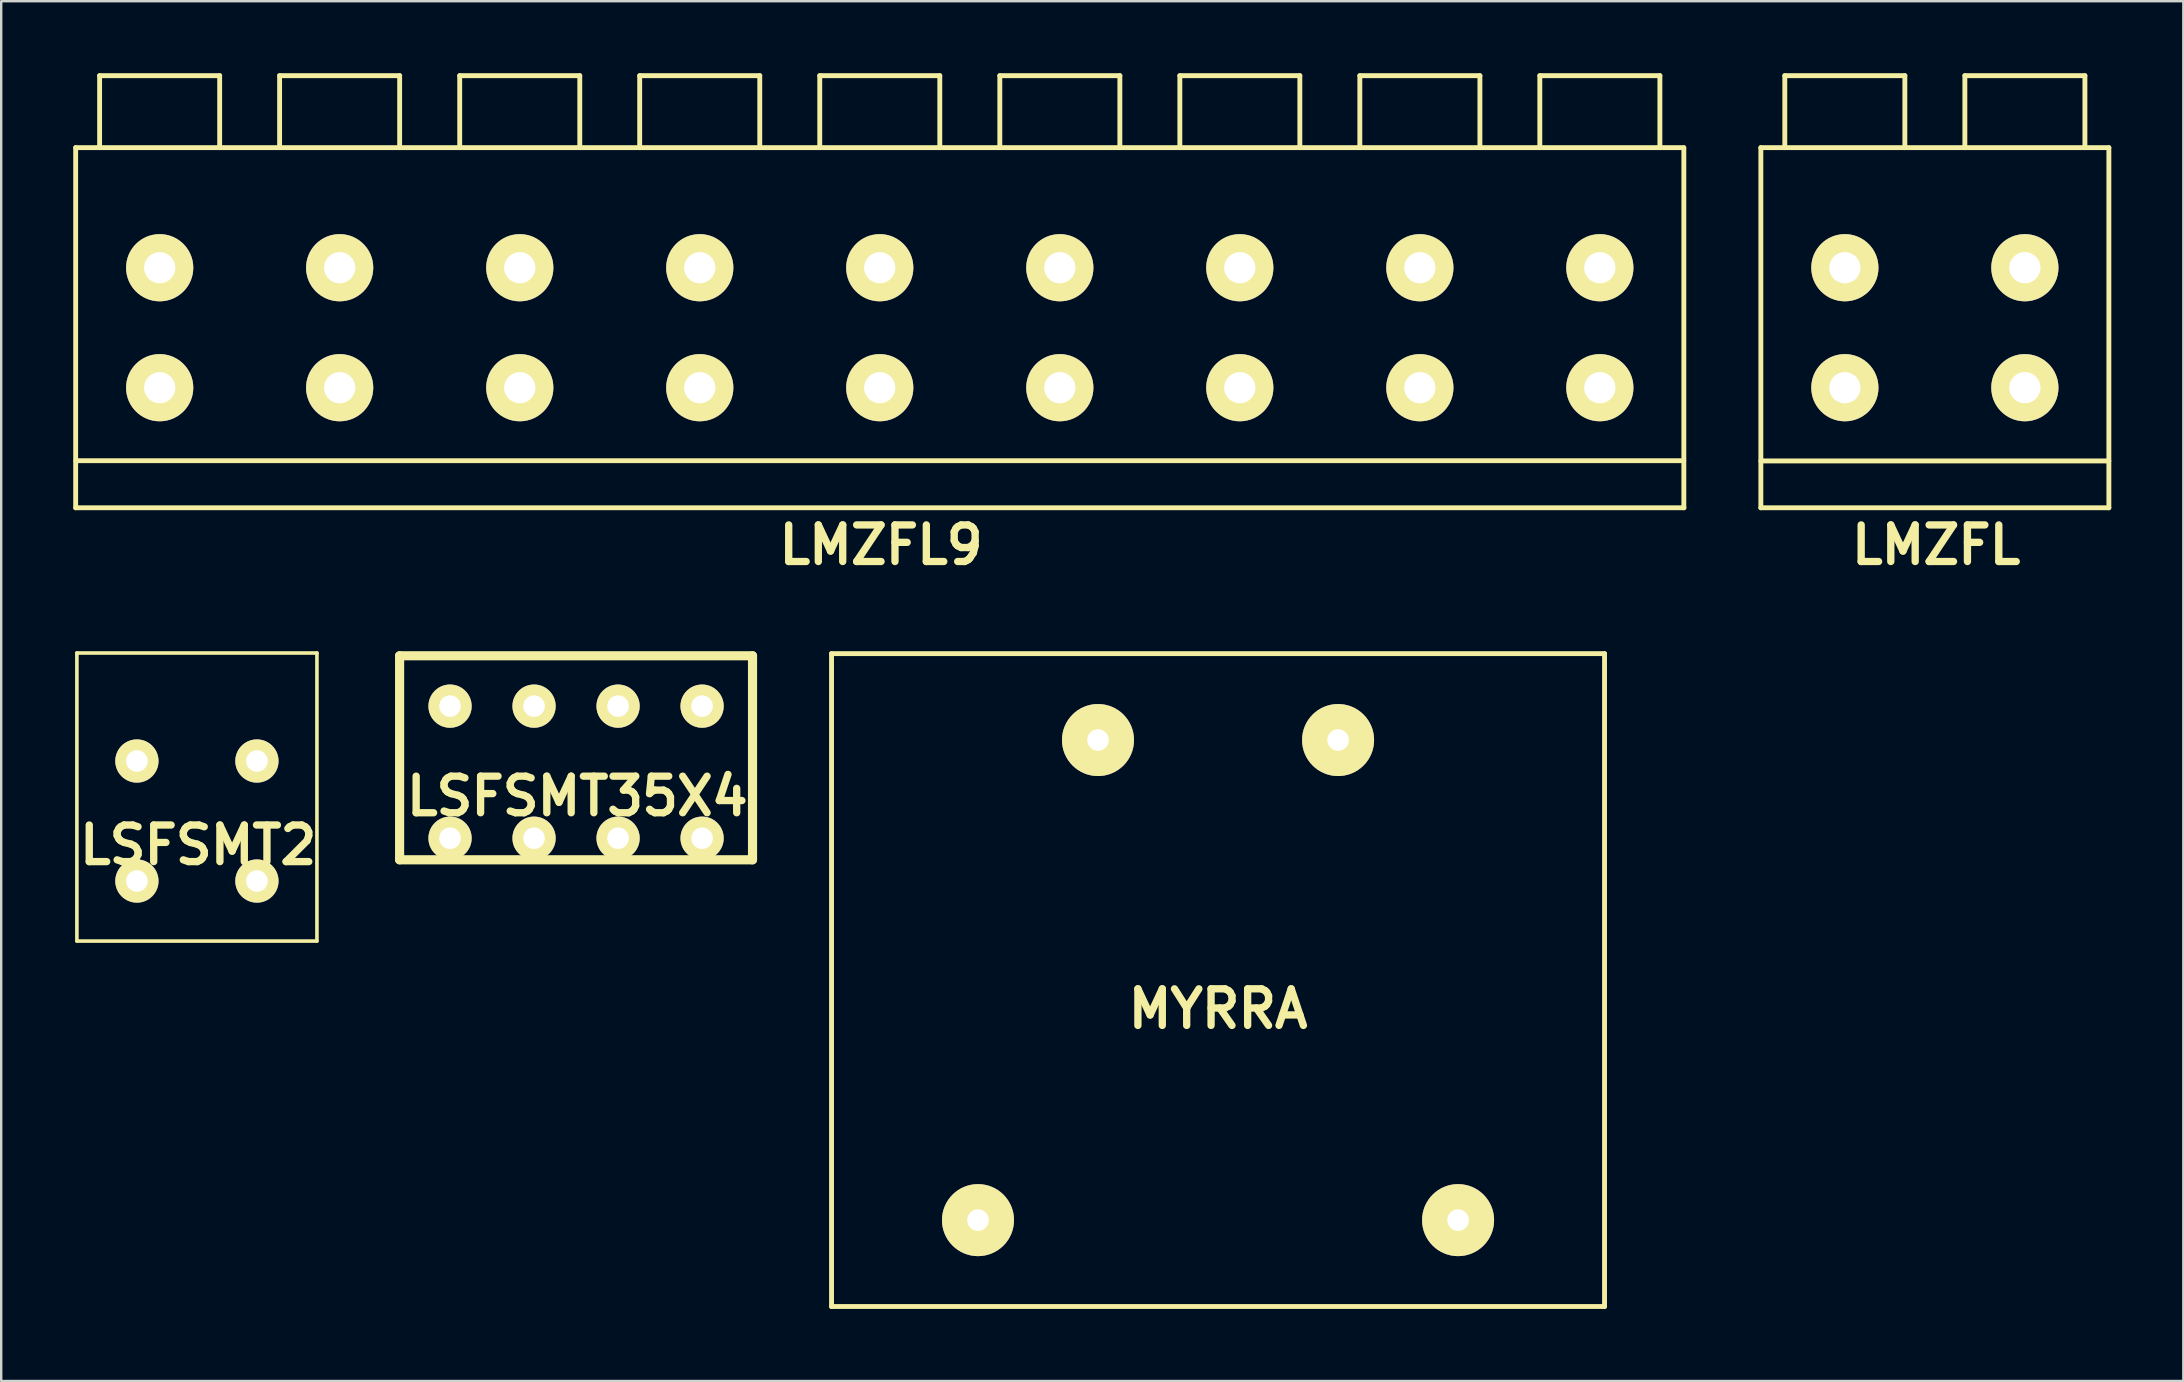
<source format=kicad_pcb>
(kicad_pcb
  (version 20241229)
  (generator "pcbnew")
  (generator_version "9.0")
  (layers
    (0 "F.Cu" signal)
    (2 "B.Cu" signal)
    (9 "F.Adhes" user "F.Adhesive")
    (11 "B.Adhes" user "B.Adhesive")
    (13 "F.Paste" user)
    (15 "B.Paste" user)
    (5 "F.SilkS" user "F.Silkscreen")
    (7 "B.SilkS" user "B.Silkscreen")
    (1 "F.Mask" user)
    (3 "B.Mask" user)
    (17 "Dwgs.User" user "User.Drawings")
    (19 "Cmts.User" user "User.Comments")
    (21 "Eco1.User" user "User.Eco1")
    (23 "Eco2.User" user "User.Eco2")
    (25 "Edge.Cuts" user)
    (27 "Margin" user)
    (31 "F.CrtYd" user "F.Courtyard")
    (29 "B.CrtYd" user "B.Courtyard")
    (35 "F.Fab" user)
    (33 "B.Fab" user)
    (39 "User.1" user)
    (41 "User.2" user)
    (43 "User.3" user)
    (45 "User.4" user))
  (footprint "LSFSMT2"
    (layer "F.Cu")
    (at 5.153 31.153)
    (property "Reference" "LSFSMT2" (at 0.051 1.001 0) (layer "F.SilkS") (effects (font (size 1.524 1.524) (thickness 0.305))))
    (attr through_hole)
    (fp_line (start -5 -7) (end -5 5) (stroke (width 0.15) (type solid)) (layer "F.SilkS"))
    (fp_line (start -5 5) (end 5 5) (stroke (width 0.15) (type solid)) (layer "F.SilkS"))
    (fp_line (start 5 -7) (end -5 -7) (stroke (width 0.15) (type solid)) (layer "F.SilkS"))
    (fp_line (start 5 5) (end 5 -7) (stroke (width 0.15) (type solid)) (layer "F.SilkS"))
    (pad "1" thru_hole circle (at -2.5 -2.5) (size 1.801 1.801) (drill 0.899) (layers "*.Cu" "*.Mask" "F.SilkS"))
    (pad "1" thru_hole circle (at -2.5 2.5) (size 1.801 1.801) (drill 0.899) (layers "*.Cu" "*.Mask" "F.SilkS"))
    (pad "2" thru_hole circle (at 2.5 -2.5) (size 1.801 1.801) (drill 0.899) (layers "*.Cu" "*.Mask" "F.SilkS"))
    (pad "2" thru_hole circle (at 2.5 2.5) (size 1.801 1.801) (drill 0.899) (layers "*.Cu" "*.Mask" "F.SilkS")))
  (footprint "LSFSMT35X4"
    (layer "F.Cu")
    (at 20.948 29.118)
    (property "Reference" "LSFSMT35X4" (at 0.051 1.001 0) (layer "F.SilkS") (effects (font (size 1.524 1.524) (thickness 0.305))))
    (attr through_hole)
    (fp_line (start -7.351 -4.849) (end -7.351 3.65) (stroke (width 0.381) (type solid)) (layer "F.SilkS"))
    (fp_line (start -7.351 3.65) (end 7.351 3.65) (stroke (width 0.381) (type solid)) (layer "F.SilkS"))
    (fp_line (start 7.351 -4.849) (end -7.351 -4.849) (stroke (width 0.381) (type solid)) (layer "F.SilkS"))
    (fp_line (start 7.351 3.65) (end 7.351 -4.849) (stroke (width 0.381) (type solid)) (layer "F.SilkS"))
    (pad "1" thru_hole circle (at -5.25 -2.751) (size 1.801 1.801) (drill 0.899) (layers "*.Cu" "*.Mask" "F.SilkS"))
    (pad "1" thru_hole circle (at -5.25 2.751) (size 1.801 1.801) (drill 0.899) (layers "*.Cu" "*.Mask" "F.SilkS"))
    (pad "2" thru_hole circle (at -1.75 -2.751) (size 1.801 1.801) (drill 0.899) (layers "*.Cu" "*.Mask" "F.SilkS"))
    (pad "2" thru_hole circle (at -1.75 2.751) (size 1.801 1.801) (drill 0.899) (layers "*.Cu" "*.Mask" "F.SilkS"))
    (pad "3" thru_hole circle (at 1.75 -2.751) (size 1.801 1.801) (drill 0.899) (layers "*.Cu" "*.Mask" "F.SilkS"))
    (pad "3" thru_hole circle (at 1.75 2.751) (size 1.801 1.801) (drill 0.899) (layers "*.Cu" "*.Mask" "F.SilkS"))
    (pad "4" thru_hole circle (at 5.25 -2.751) (size 1.801 1.801) (drill 0.899) (layers "*.Cu" "*.Mask" "F.SilkS"))
    (pad "4" thru_hole circle (at 5.25 2.751) (size 1.801 1.801) (drill 0.899) (layers "*.Cu" "*.Mask" "F.SilkS")))
  (footprint "MYRRA"
    (layer "F.Cu")
    (at 47.692 37.779)
    (property "Reference" "MYRRA" (at 0 1.199 0) (layer "F.SilkS") (effects (font (size 1.524 1.524) (thickness 0.305))))
    (attr through_hole)
    (fp_line (start -16.101 -13.599) (end 16.101 -13.599) (stroke (width 0.203) (type solid)) (layer "F.SilkS"))
    (fp_line (start -16.101 13.599) (end -16.101 -13.599) (stroke (width 0.203) (type solid)) (layer "F.SilkS"))
    (fp_line (start 16.101 -13.599) (end 16.101 13.599) (stroke (width 0.203) (type solid)) (layer "F.SilkS"))
    (fp_line (start 16.101 13.599) (end -16.101 13.599) (stroke (width 0.203) (type solid)) (layer "F.SilkS"))
    (pad "1" thru_hole circle (at -10 10) (size 3 3) (drill 0.899) (layers "*.Cu" "*.Mask" "F.SilkS"))
    (pad "5" thru_hole circle (at 10 10) (size 3 3) (drill 0.899) (layers "*.Cu" "*.Mask" "F.SilkS"))
    (pad "7" thru_hole circle (at 5.001 -10) (size 3 3) (drill 0.899) (layers "*.Cu" "*.Mask" "F.SilkS"))
    (pad "9" thru_hole circle (at -5.001 -10) (size 3 3) (drill 0.899) (layers "*.Cu" "*.Mask" "F.SilkS")))
  (footprint "LMZFL"
    (layer "F.Cu")
    (at 77.554 10.602)
    (property "Reference" "LMZFL" (at 0.051 9.05 0) (layer "F.SilkS") (effects (font (size 1.524 1.524) (thickness 0.305))))
    (attr through_hole)
    (fp_line (start -7.249 -7.501) (end 7.249 -7.501) (stroke (width 0.203) (type solid)) (layer "F.SilkS"))
    (fp_line (start -7.249 5.55) (end 7.249 5.55) (stroke (width 0.203) (type solid)) (layer "F.SilkS"))
    (fp_line (start -7.249 7.501) (end -7.249 -7.501) (stroke (width 0.203) (type solid)) (layer "F.SilkS"))
    (fp_line (start -6.251 -10.5) (end -1.25 -10.5) (stroke (width 0.203) (type solid)) (layer "F.SilkS"))
    (fp_line (start -6.251 -7.501) (end -6.251 -10.5) (stroke (width 0.203) (type solid)) (layer "F.SilkS"))
    (fp_line (start -1.25 -10.5) (end -1.25 -7.501) (stroke (width 0.203) (type solid)) (layer "F.SilkS"))
    (fp_line (start 1.25 -10.5) (end 6.251 -10.5) (stroke (width 0.203) (type solid)) (layer "F.SilkS"))
    (fp_line (start 1.25 -7.501) (end 1.25 -10.5) (stroke (width 0.203) (type solid)) (layer "F.SilkS"))
    (fp_line (start 6.251 -10.5) (end 6.251 -7.501) (stroke (width 0.203) (type solid)) (layer "F.SilkS"))
    (fp_line (start 7.249 -7.501) (end 7.249 7.501) (stroke (width 0.203) (type solid)) (layer "F.SilkS"))
    (fp_line (start 7.249 7.501) (end -7.249 7.501) (stroke (width 0.203) (type solid)) (layer "F.SilkS"))
    (pad "1" thru_hole circle (at -3.749 -2.499) (size 2.799 2.799) (drill 1.3) (layers "*.Cu" "*.Mask" "F.SilkS"))
    (pad "1" thru_hole circle (at -3.749 2.499) (size 2.799 2.799) (drill 1.3) (layers "*.Cu" "*.Mask" "F.SilkS"))
    (pad "2" thru_hole circle (at 3.749 -2.499) (size 2.799 2.799) (drill 1.3) (layers "*.Cu" "*.Mask" "F.SilkS"))
    (pad "2" thru_hole circle (at 3.749 2.499) (size 2.799 2.799) (drill 1.3) (layers "*.Cu" "*.Mask" "F.SilkS")))
  (footprint "LMZFL9"
    (layer "F.Cu")
    (at 33.602 10.602)
    (property "Reference" "LMZFL9" (at 0.051 9.05 0) (layer "F.SilkS") (effects (font (size 1.524 1.524) (thickness 0.305))))
    (attr through_hole)
    (fp_line (start -33.5 -7.501) (end 33.49 -7.501) (stroke (width 0.203) (type solid)) (layer "F.SilkS"))
    (fp_line (start -33.5 7.501) (end -33.5 -7.501) (stroke (width 0.203) (type solid)) (layer "F.SilkS"))
    (fp_line (start -33.5 7.501) (end 33.5 7.501) (stroke (width 0.203) (type solid)) (layer "F.SilkS"))
    (fp_line (start -33.49 5.54) (end 33.49 5.54) (stroke (width 0.203) (type solid)) (layer "F.SilkS"))
    (fp_line (start -32.502 -10.5) (end -27.501 -10.5) (stroke (width 0.203) (type solid)) (layer "F.SilkS"))
    (fp_line (start -32.502 -7.501) (end -32.502 -10.5) (stroke (width 0.203) (type solid)) (layer "F.SilkS"))
    (fp_line (start -27.501 -10.5) (end -27.501 -7.501) (stroke (width 0.203) (type solid)) (layer "F.SilkS"))
    (fp_line (start -25.004 -10.5) (end -20.003 -10.5) (stroke (width 0.203) (type solid)) (layer "F.SilkS"))
    (fp_line (start -25.004 -7.501) (end -25.004 -10.5) (stroke (width 0.203) (type solid)) (layer "F.SilkS"))
    (fp_line (start -20.003 -10.5) (end -20.003 -7.501) (stroke (width 0.203) (type solid)) (layer "F.SilkS"))
    (fp_line (start -17.501 -10.5) (end -12.499 -10.5) (stroke (width 0.203) (type solid)) (layer "F.SilkS"))
    (fp_line (start -17.501 -7.501) (end -17.501 -10.5) (stroke (width 0.203) (type solid)) (layer "F.SilkS"))
    (fp_line (start -12.499 -10.5) (end -12.499 -7.501) (stroke (width 0.203) (type solid)) (layer "F.SilkS"))
    (fp_line (start -10.003 -10.5) (end -5.001 -10.5) (stroke (width 0.203) (type solid)) (layer "F.SilkS"))
    (fp_line (start -10.003 -7.501) (end -10.003 -10.5) (stroke (width 0.203) (type solid)) (layer "F.SilkS"))
    (fp_line (start -5.001 -10.5) (end -5.001 -7.501) (stroke (width 0.203) (type solid)) (layer "F.SilkS"))
    (fp_line (start -2.502 -10.5) (end 2.499 -10.5) (stroke (width 0.203) (type solid)) (layer "F.SilkS"))
    (fp_line (start -2.502 -7.501) (end -2.502 -10.5) (stroke (width 0.203) (type solid)) (layer "F.SilkS"))
    (fp_line (start 2.499 -10.5) (end 2.499 -7.501) (stroke (width 0.203) (type solid)) (layer "F.SilkS"))
    (fp_line (start 4.999 -10.5) (end 10 -10.5) (stroke (width 0.203) (type solid)) (layer "F.SilkS"))
    (fp_line (start 4.999 -7.501) (end 4.999 -10.5) (stroke (width 0.203) (type solid)) (layer "F.SilkS"))
    (fp_line (start 10 -10.5) (end 10 -7.501) (stroke (width 0.203) (type solid)) (layer "F.SilkS"))
    (fp_line (start 12.497 -10.5) (end 17.498 -10.5) (stroke (width 0.203) (type solid)) (layer "F.SilkS"))
    (fp_line (start 12.499 -10.5) (end 12.499 -7.501) (stroke (width 0.203) (type solid)) (layer "F.SilkS"))
    (fp_line (start 17.498 -10.5) (end 17.498 -7.501) (stroke (width 0.203) (type solid)) (layer "F.SilkS"))
    (fp_line (start 19.997 -10.5) (end 24.999 -10.5) (stroke (width 0.203) (type solid)) (layer "F.SilkS"))
    (fp_line (start 19.997 -7.501) (end 19.997 -10.5) (stroke (width 0.203) (type solid)) (layer "F.SilkS"))
    (fp_line (start 24.999 -10.5) (end 24.999 -7.501) (stroke (width 0.203) (type solid)) (layer "F.SilkS"))
    (fp_line (start 27.495 -10.5) (end 32.497 -10.5) (stroke (width 0.203) (type solid)) (layer "F.SilkS"))
    (fp_line (start 27.495 -7.501) (end 27.495 -10.5) (stroke (width 0.203) (type solid)) (layer "F.SilkS"))
    (fp_line (start 32.497 -10.5) (end 32.497 -7.501) (stroke (width 0.203) (type solid)) (layer "F.SilkS"))
    (fp_line (start 33.495 -7.501) (end 33.495 7.501) (stroke (width 0.203) (type solid)) (layer "F.SilkS"))
    (pad "1" thru_hole circle (at -30 -2.499) (size 2.799 2.799) (drill 1.3) (layers "*.Cu" "*.Mask" "F.SilkS"))
    (pad "1" thru_hole circle (at -30 2.499) (size 2.799 2.799) (drill 1.3) (layers "*.Cu" "*.Mask" "F.SilkS"))
    (pad "2" thru_hole circle (at -22.502 -2.499) (size 2.799 2.799) (drill 1.3) (layers "*.Cu" "*.Mask" "F.SilkS"))
    (pad "2" thru_hole circle (at -22.502 2.499) (size 2.799 2.799) (drill 1.3) (layers "*.Cu" "*.Mask" "F.SilkS"))
    (pad "3" thru_hole circle (at -14.999 -2.499) (size 2.799 2.799) (drill 1.3) (layers "*.Cu" "*.Mask" "F.SilkS"))
    (pad "3" thru_hole circle (at -14.999 2.499) (size 2.799 2.799) (drill 1.3) (layers "*.Cu" "*.Mask" "F.SilkS"))
    (pad "4" thru_hole circle (at -7.501 -2.499) (size 2.799 2.799) (drill 1.3) (layers "*.Cu" "*.Mask" "F.SilkS"))
    (pad "4" thru_hole circle (at -7.501 2.499) (size 2.799 2.799) (drill 1.3) (layers "*.Cu" "*.Mask" "F.SilkS"))
    (pad "5" thru_hole circle (at -0.003 -2.499) (size 2.799 2.799) (drill 1.3) (layers "*.Cu" "*.Mask" "F.SilkS"))
    (pad "5" thru_hole circle (at -0.003 2.499) (size 2.799 2.799) (drill 1.3) (layers "*.Cu" "*.Mask" "F.SilkS"))
    (pad "6" thru_hole circle (at 7.498 -2.499) (size 2.799 2.799) (drill 1.3) (layers "*.Cu" "*.Mask" "F.SilkS"))
    (pad "6" thru_hole circle (at 7.498 2.499) (size 2.799 2.799) (drill 1.3) (layers "*.Cu" "*.Mask" "F.SilkS"))
    (pad "7" thru_hole circle (at 14.996 -2.499) (size 2.799 2.799) (drill 1.3) (layers "*.Cu" "*.Mask" "F.SilkS"))
    (pad "7" thru_hole circle (at 14.996 2.499) (size 2.799 2.799) (drill 1.3) (layers "*.Cu" "*.Mask" "F.SilkS"))
    (pad "8" thru_hole circle (at 22.497 -2.499) (size 2.799 2.799) (drill 1.3) (layers "*.Cu" "*.Mask" "F.SilkS"))
    (pad "8" thru_hole circle (at 22.497 2.499) (size 2.799 2.799) (drill 1.3) (layers "*.Cu" "*.Mask" "F.SilkS"))
    (pad "9" thru_hole circle (at 29.995 -2.499) (size 2.799 2.799) (drill 1.3) (layers "*.Cu" "*.Mask" "F.SilkS"))
    (pad "9" thru_hole circle (at 29.995 2.499) (size 2.799 2.799) (drill 1.3) (layers "*.Cu" "*.Mask" "F.SilkS")))
  (gr_rect
    (start -3 -3)
    (end 87.905 54.48)
    (stroke (width 0.1) (type default))
    (fill no)
    (layer "Edge.Cuts")))
</source>
